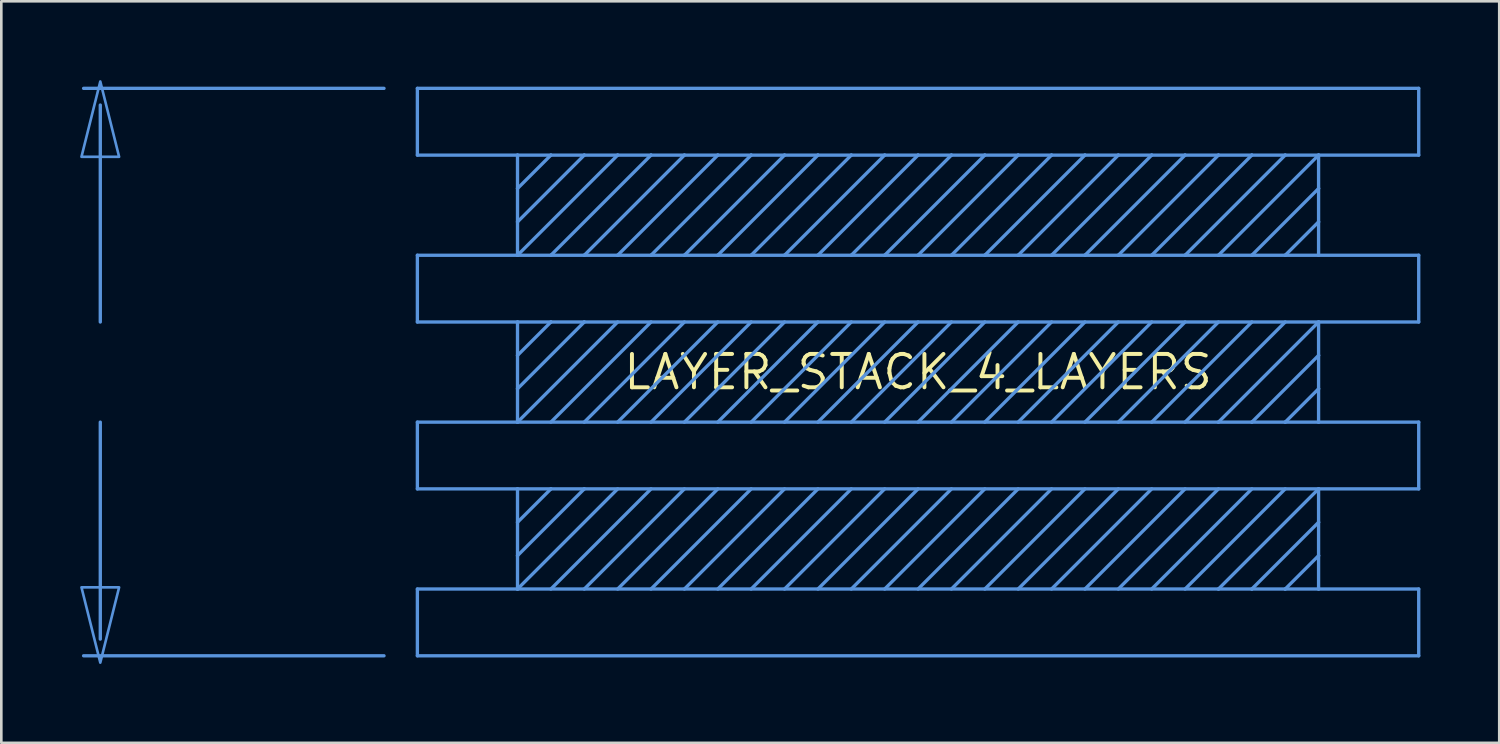
<source format=kicad_pcb>
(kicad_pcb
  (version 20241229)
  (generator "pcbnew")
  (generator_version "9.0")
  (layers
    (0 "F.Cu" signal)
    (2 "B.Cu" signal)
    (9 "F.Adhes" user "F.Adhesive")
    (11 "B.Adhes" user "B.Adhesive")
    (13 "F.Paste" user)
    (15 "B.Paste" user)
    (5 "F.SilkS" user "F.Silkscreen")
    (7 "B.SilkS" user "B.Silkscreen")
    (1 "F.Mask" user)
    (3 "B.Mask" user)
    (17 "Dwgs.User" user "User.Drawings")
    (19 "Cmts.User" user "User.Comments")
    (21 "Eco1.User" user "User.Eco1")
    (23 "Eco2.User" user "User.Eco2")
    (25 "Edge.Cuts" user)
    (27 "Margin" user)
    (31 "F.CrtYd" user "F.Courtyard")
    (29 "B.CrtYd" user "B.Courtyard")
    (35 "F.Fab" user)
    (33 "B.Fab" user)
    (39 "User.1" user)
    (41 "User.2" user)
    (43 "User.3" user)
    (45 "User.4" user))
  (footprint "LAYER_STACK_4_LAYERS"
    (layer "F.Cu")
    (at 31.881 11.107)
    (property "Reference" "LAYER_STACK_4_LAYERS" (at 0 0 0) (layer "F.SilkS") (effects (font (size 1.27 1.27) (thickness 0.15))))
    (fp_line (start -31.115 -10.16) (end -31.115 -1.905) (stroke (width 0.127) (type solid)) (layer "Cmts.User"))
    (fp_line (start -31.115 1.905) (end -31.115 10.16) (stroke (width 0.127) (type solid)) (layer "Cmts.User"))
    (fp_line (start -20.32 -10.795) (end -31.75 -10.795) (stroke (width 0.127) (type solid)) (layer "Cmts.User"))
    (fp_line (start -20.32 10.795) (end -31.75 10.795) (stroke (width 0.127) (type solid)) (layer "Cmts.User"))
    (fp_line (start -19.05 -10.795) (end -19.05 -8.255) (stroke (width 0.127) (type solid)) (layer "Cmts.User"))
    (fp_line (start -19.05 -8.255) (end -15.24 -8.255) (stroke (width 0.127) (type solid)) (layer "Cmts.User"))
    (fp_line (start -19.05 -4.445) (end -15.24 -4.445) (stroke (width 0.127) (type solid)) (layer "Cmts.User"))
    (fp_line (start -19.05 -1.905) (end -19.05 -4.445) (stroke (width 0.127) (type solid)) (layer "Cmts.User"))
    (fp_line (start -19.05 1.905) (end -19.05 4.445) (stroke (width 0.127) (type solid)) (layer "Cmts.User"))
    (fp_line (start -19.05 4.445) (end -15.24 4.445) (stroke (width 0.127) (type solid)) (layer "Cmts.User"))
    (fp_line (start -19.05 8.255) (end -15.24 8.255) (stroke (width 0.127) (type solid)) (layer "Cmts.User"))
    (fp_line (start -19.05 10.795) (end -19.05 8.255) (stroke (width 0.127) (type solid)) (layer "Cmts.User"))
    (fp_line (start -15.24 -8.255) (end -15.24 -6.985) (stroke (width 0.127) (type solid)) (layer "Cmts.User"))
    (fp_line (start -15.24 -6.985) (end -15.24 -5.715) (stroke (width 0.127) (type solid)) (layer "Cmts.User"))
    (fp_line (start -15.24 -6.985) (end -13.97 -8.255) (stroke (width 0.127) (type solid)) (layer "Cmts.User"))
    (fp_line (start -15.24 -5.715) (end -15.24 -4.445) (stroke (width 0.127) (type solid)) (layer "Cmts.User"))
    (fp_line (start -15.24 -5.715) (end -12.7 -8.255) (stroke (width 0.127) (type solid)) (layer "Cmts.User"))
    (fp_line (start -15.24 -4.445) (end -13.97 -4.445) (stroke (width 0.127) (type solid)) (layer "Cmts.User"))
    (fp_line (start -15.24 -4.445) (end -11.43 -8.255) (stroke (width 0.127) (type solid)) (layer "Cmts.User"))
    (fp_line (start -15.24 -1.905) (end -19.05 -1.905) (stroke (width 0.127) (type solid)) (layer "Cmts.User"))
    (fp_line (start -15.24 -0.635) (end -15.24 -1.905) (stroke (width 0.127) (type solid)) (layer "Cmts.User"))
    (fp_line (start -15.24 -0.635) (end -13.97 -1.905) (stroke (width 0.127) (type solid)) (layer "Cmts.User"))
    (fp_line (start -15.24 0.635) (end -15.24 -0.635) (stroke (width 0.127) (type solid)) (layer "Cmts.User"))
    (fp_line (start -15.24 0.635) (end -12.7 -1.905) (stroke (width 0.127) (type solid)) (layer "Cmts.User"))
    (fp_line (start -15.24 1.905) (end -19.05 1.905) (stroke (width 0.127) (type solid)) (layer "Cmts.User"))
    (fp_line (start -15.24 1.905) (end -15.24 0.635) (stroke (width 0.127) (type solid)) (layer "Cmts.User"))
    (fp_line (start -15.24 1.905) (end -11.43 -1.905) (stroke (width 0.127) (type solid)) (layer "Cmts.User"))
    (fp_line (start -15.24 4.445) (end -13.97 4.445) (stroke (width 0.127) (type solid)) (layer "Cmts.User"))
    (fp_line (start -15.24 5.715) (end -15.24 4.445) (stroke (width 0.127) (type solid)) (layer "Cmts.User"))
    (fp_line (start -15.24 5.715) (end -13.97 4.445) (stroke (width 0.127) (type solid)) (layer "Cmts.User"))
    (fp_line (start -15.24 6.985) (end -15.24 5.715) (stroke (width 0.127) (type solid)) (layer "Cmts.User"))
    (fp_line (start -15.24 6.985) (end -12.7 4.445) (stroke (width 0.127) (type solid)) (layer "Cmts.User"))
    (fp_line (start -15.24 8.255) (end -15.24 6.985) (stroke (width 0.127) (type solid)) (layer "Cmts.User"))
    (fp_line (start -15.24 8.255) (end -11.43 4.445) (stroke (width 0.127) (type solid)) (layer "Cmts.User"))
    (fp_line (start -13.97 -8.255) (end -15.24 -8.255) (stroke (width 0.127) (type solid)) (layer "Cmts.User"))
    (fp_line (start -13.97 -4.445) (end -12.7 -4.445) (stroke (width 0.127) (type solid)) (layer "Cmts.User"))
    (fp_line (start -13.97 -4.445) (end -10.16 -8.255) (stroke (width 0.127) (type solid)) (layer "Cmts.User"))
    (fp_line (start -13.97 -1.905) (end -15.24 -1.905) (stroke (width 0.127) (type solid)) (layer "Cmts.User"))
    (fp_line (start -13.97 1.905) (end -10.16 -1.905) (stroke (width 0.127) (type solid)) (layer "Cmts.User"))
    (fp_line (start -13.97 4.445) (end -12.7 4.445) (stroke (width 0.127) (type solid)) (layer "Cmts.User"))
    (fp_line (start -13.97 8.255) (end -10.16 4.445) (stroke (width 0.127) (type solid)) (layer "Cmts.User"))
    (fp_line (start -12.7 -8.255) (end -13.97 -8.255) (stroke (width 0.127) (type solid)) (layer "Cmts.User"))
    (fp_line (start -12.7 -4.445) (end -11.43 -4.445) (stroke (width 0.127) (type solid)) (layer "Cmts.User"))
    (fp_line (start -12.7 -4.445) (end -8.89 -8.255) (stroke (width 0.127) (type solid)) (layer "Cmts.User"))
    (fp_line (start -12.7 -1.905) (end -13.97 -1.905) (stroke (width 0.127) (type solid)) (layer "Cmts.User"))
    (fp_line (start -12.7 1.905) (end -8.89 -1.905) (stroke (width 0.127) (type solid)) (layer "Cmts.User"))
    (fp_line (start -12.7 4.445) (end 15.24 4.445) (stroke (width 0.127) (type solid)) (layer "Cmts.User"))
    (fp_line (start -12.7 8.255) (end -8.89 4.445) (stroke (width 0.127) (type solid)) (layer "Cmts.User"))
    (fp_line (start -11.43 -8.255) (end -12.7 -8.255) (stroke (width 0.127) (type solid)) (layer "Cmts.User"))
    (fp_line (start -11.43 -4.445) (end -10.16 -4.445) (stroke (width 0.127) (type solid)) (layer "Cmts.User"))
    (fp_line (start -11.43 -4.445) (end -7.62 -8.255) (stroke (width 0.127) (type solid)) (layer "Cmts.User"))
    (fp_line (start -11.43 1.905) (end -7.62 -1.905) (stroke (width 0.127) (type solid)) (layer "Cmts.User"))
    (fp_line (start -11.43 8.255) (end -7.62 4.445) (stroke (width 0.127) (type solid)) (layer "Cmts.User"))
    (fp_line (start -10.16 -8.255) (end -11.43 -8.255) (stroke (width 0.127) (type solid)) (layer "Cmts.User"))
    (fp_line (start -10.16 -4.445) (end -8.89 -4.445) (stroke (width 0.127) (type solid)) (layer "Cmts.User"))
    (fp_line (start -10.16 -4.445) (end -6.35 -8.255) (stroke (width 0.127) (type solid)) (layer "Cmts.User"))
    (fp_line (start -10.16 1.905) (end -6.35 -1.905) (stroke (width 0.127) (type solid)) (layer "Cmts.User"))
    (fp_line (start -10.16 8.255) (end -6.35 4.445) (stroke (width 0.127) (type solid)) (layer "Cmts.User"))
    (fp_line (start -8.89 -8.255) (end -10.16 -8.255) (stroke (width 0.127) (type solid)) (layer "Cmts.User"))
    (fp_line (start -8.89 -4.445) (end -7.62 -4.445) (stroke (width 0.127) (type solid)) (layer "Cmts.User"))
    (fp_line (start -8.89 -4.445) (end -5.08 -8.255) (stroke (width 0.127) (type solid)) (layer "Cmts.User"))
    (fp_line (start -8.89 1.905) (end -5.08 -1.905) (stroke (width 0.127) (type solid)) (layer "Cmts.User"))
    (fp_line (start -8.89 8.255) (end -5.08 4.445) (stroke (width 0.127) (type solid)) (layer "Cmts.User"))
    (fp_line (start -7.62 -8.255) (end -8.89 -8.255) (stroke (width 0.127) (type solid)) (layer "Cmts.User"))
    (fp_line (start -7.62 -4.445) (end -6.35 -4.445) (stroke (width 0.127) (type solid)) (layer "Cmts.User"))
    (fp_line (start -7.62 -4.445) (end -3.81 -8.255) (stroke (width 0.127) (type solid)) (layer "Cmts.User"))
    (fp_line (start -7.62 1.905) (end -3.81 -1.905) (stroke (width 0.127) (type solid)) (layer "Cmts.User"))
    (fp_line (start -7.62 8.255) (end -3.81 4.445) (stroke (width 0.127) (type solid)) (layer "Cmts.User"))
    (fp_line (start -6.35 -8.255) (end -7.62 -8.255) (stroke (width 0.127) (type solid)) (layer "Cmts.User"))
    (fp_line (start -6.35 -4.445) (end -5.08 -4.445) (stroke (width 0.127) (type solid)) (layer "Cmts.User"))
    (fp_line (start -6.35 -4.445) (end -2.54 -8.255) (stroke (width 0.127) (type solid)) (layer "Cmts.User"))
    (fp_line (start -6.35 1.905) (end -2.54 -1.905) (stroke (width 0.127) (type solid)) (layer "Cmts.User"))
    (fp_line (start -6.35 8.255) (end -2.54 4.445) (stroke (width 0.127) (type solid)) (layer "Cmts.User"))
    (fp_line (start -5.08 -8.255) (end -6.35 -8.255) (stroke (width 0.127) (type solid)) (layer "Cmts.User"))
    (fp_line (start -5.08 -4.445) (end -3.81 -4.445) (stroke (width 0.127) (type solid)) (layer "Cmts.User"))
    (fp_line (start -5.08 -4.445) (end -1.27 -8.255) (stroke (width 0.127) (type solid)) (layer "Cmts.User"))
    (fp_line (start -5.08 1.905) (end -1.27 -1.905) (stroke (width 0.127) (type solid)) (layer "Cmts.User"))
    (fp_line (start -5.08 8.255) (end -1.27 4.445) (stroke (width 0.127) (type solid)) (layer "Cmts.User"))
    (fp_line (start -3.81 -8.255) (end -5.08 -8.255) (stroke (width 0.127) (type solid)) (layer "Cmts.User"))
    (fp_line (start -3.81 -4.445) (end -2.54 -4.445) (stroke (width 0.127) (type solid)) (layer "Cmts.User"))
    (fp_line (start -3.81 -4.445) (end 0 -8.255) (stroke (width 0.127) (type solid)) (layer "Cmts.User"))
    (fp_line (start -3.81 1.905) (end 0 -1.905) (stroke (width 0.127) (type solid)) (layer "Cmts.User"))
    (fp_line (start -3.81 8.255) (end 0 4.445) (stroke (width 0.127) (type solid)) (layer "Cmts.User"))
    (fp_line (start -2.54 -8.255) (end -3.81 -8.255) (stroke (width 0.127) (type solid)) (layer "Cmts.User"))
    (fp_line (start -2.54 -4.445) (end -1.27 -4.445) (stroke (width 0.127) (type solid)) (layer "Cmts.User"))
    (fp_line (start -2.54 -4.445) (end 1.27 -8.255) (stroke (width 0.127) (type solid)) (layer "Cmts.User"))
    (fp_line (start -2.54 1.905) (end 1.27 -1.905) (stroke (width 0.127) (type solid)) (layer "Cmts.User"))
    (fp_line (start -2.54 8.255) (end 1.27 4.445) (stroke (width 0.127) (type solid)) (layer "Cmts.User"))
    (fp_line (start -1.27 -8.255) (end -2.54 -8.255) (stroke (width 0.127) (type solid)) (layer "Cmts.User"))
    (fp_line (start -1.27 -4.445) (end 0 -4.445) (stroke (width 0.127) (type solid)) (layer "Cmts.User"))
    (fp_line (start -1.27 -4.445) (end 2.54 -8.255) (stroke (width 0.127) (type solid)) (layer "Cmts.User"))
    (fp_line (start -1.27 1.905) (end 2.54 -1.905) (stroke (width 0.127) (type solid)) (layer "Cmts.User"))
    (fp_line (start -1.27 8.255) (end 2.54 4.445) (stroke (width 0.127) (type solid)) (layer "Cmts.User"))
    (fp_line (start 0 -8.255) (end -1.27 -8.255) (stroke (width 0.127) (type solid)) (layer "Cmts.User"))
    (fp_line (start 0 -4.445) (end 1.27 -4.445) (stroke (width 0.127) (type solid)) (layer "Cmts.User"))
    (fp_line (start 0 -4.445) (end 3.81 -8.255) (stroke (width 0.127) (type solid)) (layer "Cmts.User"))
    (fp_line (start 0 1.905) (end 3.81 -1.905) (stroke (width 0.127) (type solid)) (layer "Cmts.User"))
    (fp_line (start 0 8.255) (end 3.81 4.445) (stroke (width 0.127) (type solid)) (layer "Cmts.User"))
    (fp_line (start 1.27 -8.255) (end 0 -8.255) (stroke (width 0.127) (type solid)) (layer "Cmts.User"))
    (fp_line (start 1.27 -4.445) (end 2.54 -4.445) (stroke (width 0.127) (type solid)) (layer "Cmts.User"))
    (fp_line (start 1.27 -4.445) (end 5.08 -8.255) (stroke (width 0.127) (type solid)) (layer "Cmts.User"))
    (fp_line (start 1.27 1.905) (end 5.08 -1.905) (stroke (width 0.127) (type solid)) (layer "Cmts.User"))
    (fp_line (start 1.27 8.255) (end 5.08 4.445) (stroke (width 0.127) (type solid)) (layer "Cmts.User"))
    (fp_line (start 2.54 -8.255) (end 1.27 -8.255) (stroke (width 0.127) (type solid)) (layer "Cmts.User"))
    (fp_line (start 2.54 -4.445) (end 3.81 -4.445) (stroke (width 0.127) (type solid)) (layer "Cmts.User"))
    (fp_line (start 2.54 -4.445) (end 6.35 -8.255) (stroke (width 0.127) (type solid)) (layer "Cmts.User"))
    (fp_line (start 2.54 1.905) (end 6.35 -1.905) (stroke (width 0.127) (type solid)) (layer "Cmts.User"))
    (fp_line (start 2.54 8.255) (end 6.35 4.445) (stroke (width 0.127) (type solid)) (layer "Cmts.User"))
    (fp_line (start 3.81 -8.255) (end 2.54 -8.255) (stroke (width 0.127) (type solid)) (layer "Cmts.User"))
    (fp_line (start 3.81 -4.445) (end 5.08 -4.445) (stroke (width 0.127) (type solid)) (layer "Cmts.User"))
    (fp_line (start 3.81 -4.445) (end 7.62 -8.255) (stroke (width 0.127) (type solid)) (layer "Cmts.User"))
    (fp_line (start 3.81 1.905) (end 7.62 -1.905) (stroke (width 0.127) (type solid)) (layer "Cmts.User"))
    (fp_line (start 3.81 8.255) (end 7.62 4.445) (stroke (width 0.127) (type solid)) (layer "Cmts.User"))
    (fp_line (start 5.08 -8.255) (end 3.81 -8.255) (stroke (width 0.127) (type solid)) (layer "Cmts.User"))
    (fp_line (start 5.08 -4.445) (end 6.35 -4.445) (stroke (width 0.127) (type solid)) (layer "Cmts.User"))
    (fp_line (start 5.08 -4.445) (end 8.89 -8.255) (stroke (width 0.127) (type solid)) (layer "Cmts.User"))
    (fp_line (start 5.08 1.905) (end 8.89 -1.905) (stroke (width 0.127) (type solid)) (layer "Cmts.User"))
    (fp_line (start 5.08 8.255) (end 8.89 4.445) (stroke (width 0.127) (type solid)) (layer "Cmts.User"))
    (fp_line (start 6.35 -8.255) (end 5.08 -8.255) (stroke (width 0.127) (type solid)) (layer "Cmts.User"))
    (fp_line (start 6.35 -4.445) (end 7.62 -4.445) (stroke (width 0.127) (type solid)) (layer "Cmts.User"))
    (fp_line (start 6.35 -4.445) (end 10.16 -8.255) (stroke (width 0.127) (type solid)) (layer "Cmts.User"))
    (fp_line (start 6.35 1.905) (end 10.16 -1.905) (stroke (width 0.127) (type solid)) (layer "Cmts.User"))
    (fp_line (start 6.35 8.255) (end 10.16 4.445) (stroke (width 0.127) (type solid)) (layer "Cmts.User"))
    (fp_line (start 7.62 -8.255) (end 6.35 -8.255) (stroke (width 0.127) (type solid)) (layer "Cmts.User"))
    (fp_line (start 7.62 -4.445) (end 8.89 -4.445) (stroke (width 0.127) (type solid)) (layer "Cmts.User"))
    (fp_line (start 7.62 -4.445) (end 11.43 -8.255) (stroke (width 0.127) (type solid)) (layer "Cmts.User"))
    (fp_line (start 7.62 1.905) (end 11.43 -1.905) (stroke (width 0.127) (type solid)) (layer "Cmts.User"))
    (fp_line (start 7.62 8.255) (end 11.43 4.445) (stroke (width 0.127) (type solid)) (layer "Cmts.User"))
    (fp_line (start 8.89 -8.255) (end 7.62 -8.255) (stroke (width 0.127) (type solid)) (layer "Cmts.User"))
    (fp_line (start 8.89 -4.445) (end 10.16 -4.445) (stroke (width 0.127) (type solid)) (layer "Cmts.User"))
    (fp_line (start 8.89 -4.445) (end 12.7 -8.255) (stroke (width 0.127) (type solid)) (layer "Cmts.User"))
    (fp_line (start 8.89 1.905) (end 12.7 -1.905) (stroke (width 0.127) (type solid)) (layer "Cmts.User"))
    (fp_line (start 8.89 8.255) (end 12.7 4.445) (stroke (width 0.127) (type solid)) (layer "Cmts.User"))
    (fp_line (start 10.16 -8.255) (end 8.89 -8.255) (stroke (width 0.127) (type solid)) (layer "Cmts.User"))
    (fp_line (start 10.16 -4.445) (end 11.43 -4.445) (stroke (width 0.127) (type solid)) (layer "Cmts.User"))
    (fp_line (start 10.16 -4.445) (end 13.97 -8.255) (stroke (width 0.127) (type solid)) (layer "Cmts.User"))
    (fp_line (start 10.16 1.905) (end 13.97 -1.905) (stroke (width 0.127) (type solid)) (layer "Cmts.User"))
    (fp_line (start 10.16 8.255) (end 13.97 4.445) (stroke (width 0.127) (type solid)) (layer "Cmts.User"))
    (fp_line (start 11.43 -8.255) (end 10.16 -8.255) (stroke (width 0.127) (type solid)) (layer "Cmts.User"))
    (fp_line (start 11.43 -4.445) (end 12.7 -4.445) (stroke (width 0.127) (type solid)) (layer "Cmts.User"))
    (fp_line (start 11.43 -4.445) (end 15.24 -8.255) (stroke (width 0.127) (type solid)) (layer "Cmts.User"))
    (fp_line (start 11.43 1.905) (end -15.24 1.905) (stroke (width 0.127) (type solid)) (layer "Cmts.User"))
    (fp_line (start 11.43 1.905) (end 15.24 -1.905) (stroke (width 0.127) (type solid)) (layer "Cmts.User"))
    (fp_line (start 11.43 8.255) (end -15.24 8.255) (stroke (width 0.127) (type solid)) (layer "Cmts.User"))
    (fp_line (start 11.43 8.255) (end 15.24 4.445) (stroke (width 0.127) (type solid)) (layer "Cmts.User"))
    (fp_line (start 12.7 -8.255) (end 11.43 -8.255) (stroke (width 0.127) (type solid)) (layer "Cmts.User"))
    (fp_line (start 12.7 -4.445) (end 13.97 -4.445) (stroke (width 0.127) (type solid)) (layer "Cmts.User"))
    (fp_line (start 12.7 -4.445) (end 15.24 -6.985) (stroke (width 0.127) (type solid)) (layer "Cmts.User"))
    (fp_line (start 12.7 1.905) (end 11.43 1.905) (stroke (width 0.127) (type solid)) (layer "Cmts.User"))
    (fp_line (start 12.7 1.905) (end 15.24 -0.635) (stroke (width 0.127) (type solid)) (layer "Cmts.User"))
    (fp_line (start 12.7 8.255) (end 11.43 8.255) (stroke (width 0.127) (type solid)) (layer "Cmts.User"))
    (fp_line (start 12.7 8.255) (end 15.24 5.715) (stroke (width 0.127) (type solid)) (layer "Cmts.User"))
    (fp_line (start 13.97 -8.255) (end 12.7 -8.255) (stroke (width 0.127) (type solid)) (layer "Cmts.User"))
    (fp_line (start 13.97 -4.445) (end 15.24 -5.715) (stroke (width 0.127) (type solid)) (layer "Cmts.User"))
    (fp_line (start 13.97 -4.445) (end 15.24 -4.445) (stroke (width 0.127) (type solid)) (layer "Cmts.User"))
    (fp_line (start 13.97 1.905) (end 12.7 1.905) (stroke (width 0.127) (type solid)) (layer "Cmts.User"))
    (fp_line (start 13.97 1.905) (end 15.24 0.635) (stroke (width 0.127) (type solid)) (layer "Cmts.User"))
    (fp_line (start 13.97 8.255) (end 12.7 8.255) (stroke (width 0.127) (type solid)) (layer "Cmts.User"))
    (fp_line (start 13.97 8.255) (end 15.24 6.985) (stroke (width 0.127) (type solid)) (layer "Cmts.User"))
    (fp_line (start 15.24 -8.255) (end 13.97 -8.255) (stroke (width 0.127) (type solid)) (layer "Cmts.User"))
    (fp_line (start 15.24 -8.255) (end 19.05 -8.255) (stroke (width 0.127) (type solid)) (layer "Cmts.User"))
    (fp_line (start 15.24 -6.985) (end 15.24 -8.255) (stroke (width 0.127) (type solid)) (layer "Cmts.User"))
    (fp_line (start 15.24 -5.715) (end 15.24 -6.985) (stroke (width 0.127) (type solid)) (layer "Cmts.User"))
    (fp_line (start 15.24 -4.445) (end 15.24 -5.715) (stroke (width 0.127) (type solid)) (layer "Cmts.User"))
    (fp_line (start 15.24 -4.445) (end 19.05 -4.445) (stroke (width 0.127) (type solid)) (layer "Cmts.User"))
    (fp_line (start 15.24 -1.905) (end -12.7 -1.905) (stroke (width 0.127) (type solid)) (layer "Cmts.User"))
    (fp_line (start 15.24 -1.905) (end 15.24 -0.635) (stroke (width 0.127) (type solid)) (layer "Cmts.User"))
    (fp_line (start 15.24 -0.635) (end 15.24 0.635) (stroke (width 0.127) (type solid)) (layer "Cmts.User"))
    (fp_line (start 15.24 0.635) (end 15.24 1.905) (stroke (width 0.127) (type solid)) (layer "Cmts.User"))
    (fp_line (start 15.24 1.905) (end 13.97 1.905) (stroke (width 0.127) (type solid)) (layer "Cmts.User"))
    (fp_line (start 15.24 4.445) (end 15.24 5.715) (stroke (width 0.127) (type solid)) (layer "Cmts.User"))
    (fp_line (start 15.24 4.445) (end 19.05 4.445) (stroke (width 0.127) (type solid)) (layer "Cmts.User"))
    (fp_line (start 15.24 5.715) (end 15.24 6.985) (stroke (width 0.127) (type solid)) (layer "Cmts.User"))
    (fp_line (start 15.24 6.985) (end 15.24 8.255) (stroke (width 0.127) (type solid)) (layer "Cmts.User"))
    (fp_line (start 15.24 8.255) (end 13.97 8.255) (stroke (width 0.127) (type solid)) (layer "Cmts.User"))
    (fp_line (start 15.24 8.255) (end 19.05 8.255) (stroke (width 0.127) (type solid)) (layer "Cmts.User"))
    (fp_line (start 19.05 -10.795) (end -19.05 -10.795) (stroke (width 0.127) (type solid)) (layer "Cmts.User"))
    (fp_line (start 19.05 -8.255) (end 19.05 -10.795) (stroke (width 0.127) (type solid)) (layer "Cmts.User"))
    (fp_line (start 19.05 -4.445) (end 19.05 -1.905) (stroke (width 0.127) (type solid)) (layer "Cmts.User"))
    (fp_line (start 19.05 -1.905) (end 15.24 -1.905) (stroke (width 0.127) (type solid)) (layer "Cmts.User"))
    (fp_line (start 19.05 1.905) (end 15.24 1.905) (stroke (width 0.127) (type solid)) (layer "Cmts.User"))
    (fp_line (start 19.05 4.445) (end 19.05 1.905) (stroke (width 0.127) (type solid)) (layer "Cmts.User"))
    (fp_line (start 19.05 8.255) (end 19.05 10.795) (stroke (width 0.127) (type solid)) (layer "Cmts.User"))
    (fp_line (start 19.05 10.795) (end -19.05 10.795) (stroke (width 0.127) (type solid)) (layer "Cmts.User"))
    (fp_poly (pts (xy -31.115 11.057) (xy -31.831 8.191) (xy -30.399 8.191)) (stroke (width 0.1) (type solid)) (fill no) (layer "Cmts.User"))
    (fp_poly (pts (xy -30.399 -8.191) (xy -31.831 -8.191) (xy -31.115 -11.057)) (stroke (width 0.1) (type solid)) (fill no) (layer "Cmts.User")))
  (gr_rect
    (start -3 -3)
    (end 53.995 25.214)
    (stroke (width 0.1) (type default))
    (fill no)
    (layer "Edge.Cuts")))
</source>
